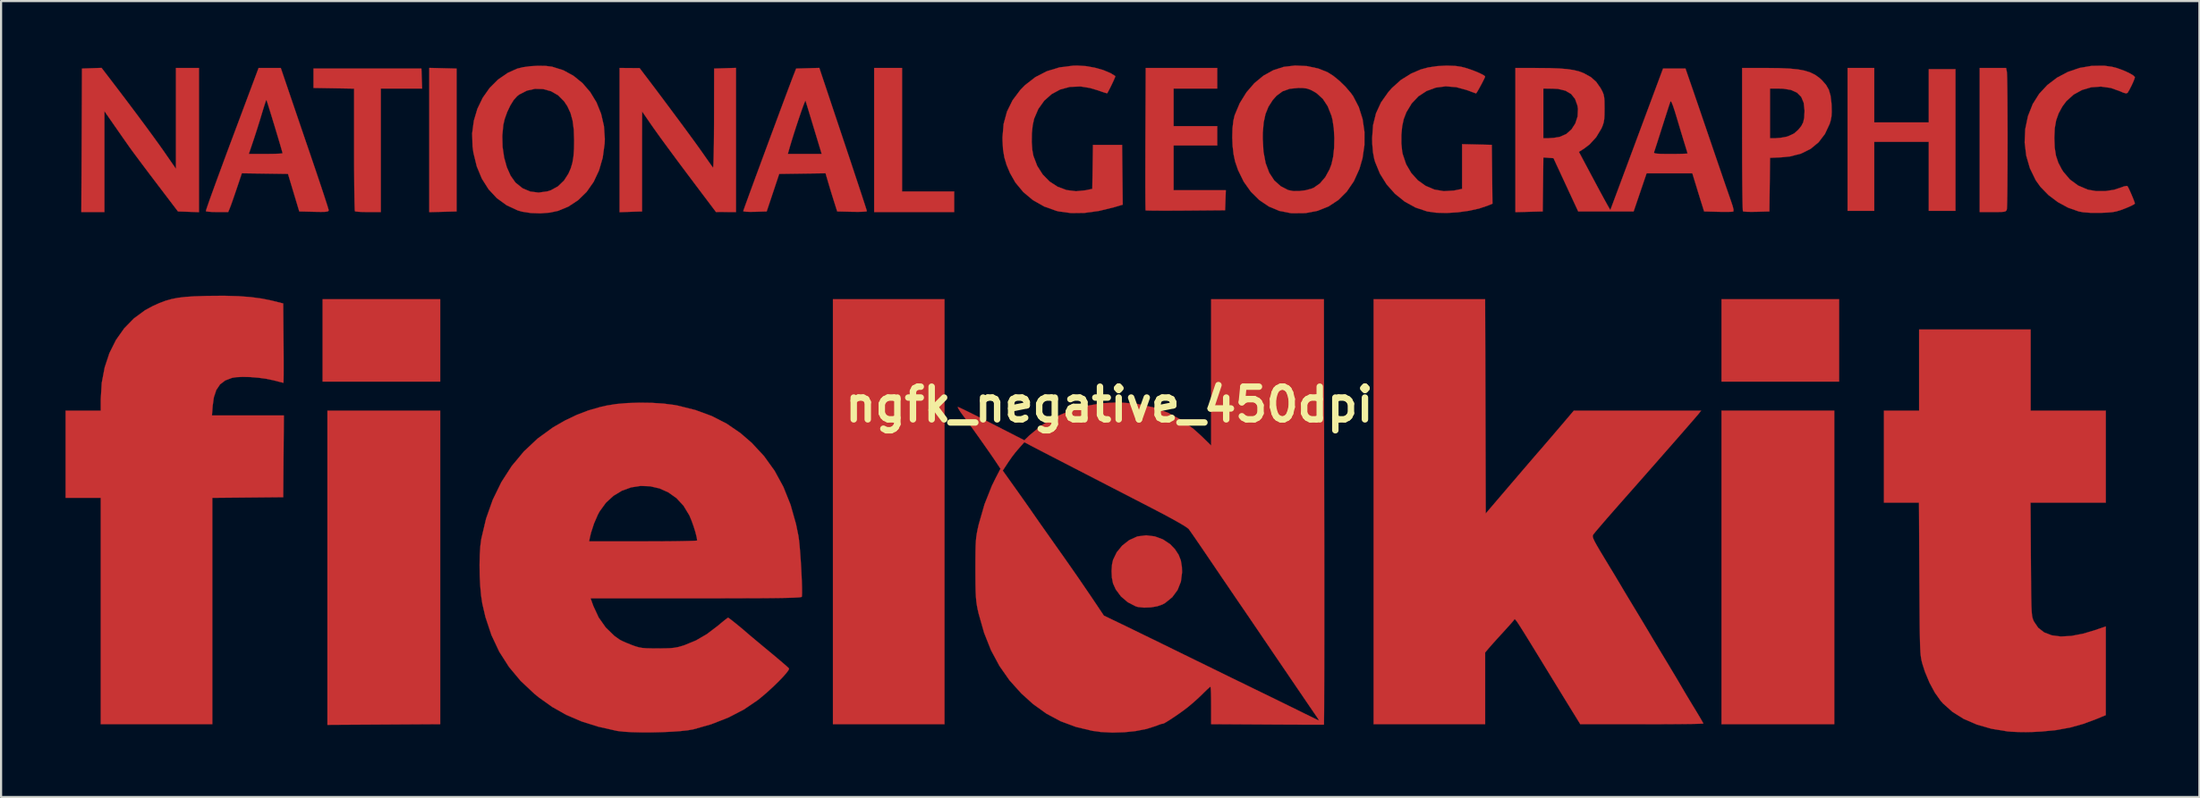
<source format=kicad_pcb>
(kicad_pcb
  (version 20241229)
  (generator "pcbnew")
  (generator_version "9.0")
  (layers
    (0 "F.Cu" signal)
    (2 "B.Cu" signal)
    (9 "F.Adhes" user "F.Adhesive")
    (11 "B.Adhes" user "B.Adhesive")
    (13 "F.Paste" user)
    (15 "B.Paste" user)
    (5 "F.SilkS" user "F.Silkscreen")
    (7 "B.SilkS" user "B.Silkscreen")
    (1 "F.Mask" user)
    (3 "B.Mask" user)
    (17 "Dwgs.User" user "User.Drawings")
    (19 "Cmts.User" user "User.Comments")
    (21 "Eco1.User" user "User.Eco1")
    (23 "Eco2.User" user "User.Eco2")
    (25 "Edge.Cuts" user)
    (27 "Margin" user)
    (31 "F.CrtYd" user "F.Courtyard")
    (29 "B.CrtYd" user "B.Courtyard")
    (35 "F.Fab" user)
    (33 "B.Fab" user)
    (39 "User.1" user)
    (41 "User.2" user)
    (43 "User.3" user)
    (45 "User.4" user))
  (footprint "ngfk_negative_450dpi"
    (layer "F.Cu")
    (at 48.604 15.81)
    (property "Reference" "ngfk_negative_450dpi" (at 0 0 0) (layer "F.SilkS") (effects (font (size 1.524 1.524) (thickness 0.3))))
    (attr through_hole)
    (fp_poly (pts (xy -31.157 -1.072) (xy -36.632 -1.072) (xy -36.632 -4.911) (xy -31.157 -4.911) (xy -31.157 -1.072)) (stroke (width 0.01) (type solid)) (fill yes) (layer "F.Cu"))
    (fp_poly (pts (xy -7.676 14.901) (xy -12.869 14.901) (xy -12.869 -4.911) (xy -7.676 -4.911) (xy -7.676 14.901)) (stroke (width 0.01) (type solid)) (fill yes) (layer "F.Cu"))
    (fp_poly (pts (xy 33.754 14.901) (xy 28.504 14.901) (xy 28.504 0.282) (xy 33.754 0.282) (xy 33.754 14.901)) (stroke (width 0.01) (type solid)) (fill yes) (layer "F.Cu"))
    (fp_poly (pts (xy 33.98 -1.072) (xy 28.504 -1.072) (xy 28.504 -4.911) (xy 33.98 -4.911) (xy 33.98 -1.072)) (stroke (width 0.01) (type solid)) (fill yes) (layer "F.Cu"))
    (fp_poly (pts (xy -31.157 14.899) (xy -36.407 14.93) (xy -36.407 7.606) (xy -36.407 0.282) (xy -31.157 0.282) (xy -31.157 14.899)) (stroke (width 0.01) (type solid)) (fill yes) (layer "F.Cu"))
    (fp_poly (pts (xy -31.03 -15.679) (xy -30.395 -15.663) (xy -30.395 -9.003) (xy -31.03 -8.987) (xy -31.665 -8.971) (xy -31.665 -15.695) (xy -31.03 -15.679)) (stroke (width 0.01) (type solid)) (fill yes) (layer "F.Cu"))
    (fp_poly (pts (xy -9.652 -9.934) (xy -7.225 -9.934) (xy -7.225 -8.975) (xy -10.95 -8.975) (xy -10.95 -15.692) (xy -9.652 -15.692) (xy -9.652 -9.934)) (stroke (width 0.01) (type solid)) (fill yes) (layer "F.Cu"))
    (fp_poly (pts (xy 35.616 -13.152) (xy 38.156 -13.152) (xy 38.156 -15.635) (xy 39.398 -15.635) (xy 39.398 -9.031) (xy 38.156 -9.031) (xy 38.156 -12.248) (xy 35.616 -12.248) (xy 35.616 -9.031) (xy 34.375 -9.031) (xy 34.375 -15.692) (xy 35.616 -15.692) (xy 35.616 -13.152)) (stroke (width 0.01) (type solid)) (fill yes) (layer "F.Cu"))
    (fp_poly (pts (xy -32.016 -15.198) (xy -31.999 -14.732) (xy -33.923 -14.732) (xy -33.923 -8.975) (xy -34.506 -8.975) (xy -34.753 -8.978) (xy -34.955 -8.987) (xy -35.089 -9.001) (xy -35.127 -9.012) (xy -35.135 -9.074) (xy -35.141 -9.239) (xy -35.148 -9.494) (xy -35.153 -9.83) (xy -35.158 -10.235) (xy -35.161 -10.699) (xy -35.164 -11.211) (xy -35.165 -11.76) (xy -35.165 -11.89) (xy -35.165 -14.729) (xy -36.11 -14.745) (xy -37.056 -14.76) (xy -37.056 -15.663) (xy -32.032 -15.663) (xy -32.016 -15.198)) (stroke (width 0.01) (type solid)) (fill yes) (layer "F.Cu"))
    (fp_poly (pts (xy 41.79 -15.515) (xy 41.797 -15.423) (xy 41.804 -15.232) (xy 41.809 -14.954) (xy 41.814 -14.603) (xy 41.818 -14.191) (xy 41.82 -13.731) (xy 41.822 -13.236) (xy 41.824 -12.718) (xy 41.824 -12.19) (xy 41.823 -11.665) (xy 41.822 -11.156) (xy 41.819 -10.675) (xy 41.816 -10.235) (xy 41.812 -9.849) (xy 41.807 -9.53) (xy 41.801 -9.29) (xy 41.794 -9.142) (xy 41.79 -9.102) (xy 41.769 -9.046) (xy 41.729 -9.009) (xy 41.648 -8.988) (xy 41.506 -8.978) (xy 41.281 -8.975) (xy 41.141 -8.975) (xy 40.527 -8.975) (xy 40.527 -15.692) (xy 41.755 -15.692) (xy 41.79 -15.515)) (stroke (width 0.01) (type solid)) (fill yes) (layer "F.Cu"))
    (fp_poly (pts (xy 5.024 -14.732) (xy 2.992 -14.732) (xy 2.992 -12.982) (xy 5.024 -12.982) (xy 5.024 -12.079) (xy 2.992 -12.079) (xy 2.992 -9.991) (xy 5.423 -9.991) (xy 5.407 -9.525) (xy 5.39 -9.059) (xy 3.552 -9.044) (xy 3.108 -9.042) (xy 2.701 -9.04) (xy 2.345 -9.041) (xy 2.053 -9.042) (xy 1.838 -9.046) (xy 1.714 -9.05) (xy 1.689 -9.054) (xy 1.685 -9.113) (xy 1.682 -9.275) (xy 1.679 -9.53) (xy 1.677 -9.869) (xy 1.676 -10.28) (xy 1.676 -10.754) (xy 1.677 -11.281) (xy 1.678 -11.852) (xy 1.68 -12.385) (xy 1.695 -15.692) (xy 5.024 -15.692) (xy 5.024 -14.732)) (stroke (width 0.01) (type solid)) (fill yes) (layer "F.Cu"))
    (fp_poly (pts (xy 2.114 6.145) (xy 2.494 6.285) (xy 2.83 6.507) (xy 3.055 6.742) (xy 3.225 7.002) (xy 3.329 7.266) (xy 3.378 7.571) (xy 3.386 7.824) (xy 3.332 8.253) (xy 3.178 8.642) (xy 2.931 8.978) (xy 2.602 9.246) (xy 2.475 9.318) (xy 2.232 9.403) (xy 1.932 9.454) (xy 1.62 9.466) (xy 1.342 9.438) (xy 1.225 9.405) (xy 0.858 9.214) (xy 0.541 8.944) (xy 0.298 8.616) (xy 0.172 8.336) (xy 0.12 8.076) (xy 0.104 7.765) (xy 0.125 7.458) (xy 0.172 7.243) (xy 0.343 6.889) (xy 0.6 6.574) (xy 0.92 6.323) (xy 1.278 6.159) (xy 1.323 6.145) (xy 1.715 6.095) (xy 2.114 6.145)) (stroke (width 0.01) (type solid)) (fill yes) (layer "F.Cu"))
    (fp_poly (pts (xy -46.567 -15.228) (xy -46.127 -14.651) (xy -45.696 -14.082) (xy -45.284 -13.532) (xy -44.901 -13.016) (xy -44.556 -12.546) (xy -44.26 -12.137) (xy -44.021 -11.8) (xy -43.985 -11.747) (xy -43.462 -10.991) (xy -43.462 -15.692) (xy -42.39 -15.692) (xy -42.39 -8.97) (xy -42.878 -8.987) (xy -43.367 -9.003) (xy -44.374 -10.329) (xy -44.645 -10.687) (xy -44.907 -11.034) (xy -45.148 -11.356) (xy -45.356 -11.636) (xy -45.521 -11.859) (xy -45.63 -12.01) (xy -45.639 -12.023) (xy -45.772 -12.213) (xy -45.948 -12.464) (xy -46.143 -12.744) (xy -46.335 -13.021) (xy -46.344 -13.034) (xy -46.792 -13.678) (xy -46.792 -8.975) (xy -47.866 -8.975) (xy -47.851 -12.319) (xy -47.837 -15.663) (xy -47.381 -15.68) (xy -46.926 -15.696) (xy -46.567 -15.228)) (stroke (width 0.01) (type solid)) (fill yes) (layer "F.Cu"))
    (fp_poly (pts (xy -17.385 -8.975) (xy -17.851 -8.977) (xy -18.316 -8.978) (xy -19.091 -10.007) (xy -19.65 -10.751) (xy -20.142 -11.41) (xy -20.566 -11.985) (xy -20.922 -12.472) (xy -21.209 -12.873) (xy -21.415 -13.17) (xy -21.553 -13.371) (xy -21.663 -13.532) (xy -21.735 -13.634) (xy -21.754 -13.66) (xy -21.755 -13.605) (xy -21.756 -13.449) (xy -21.757 -13.205) (xy -21.758 -12.882) (xy -21.759 -12.494) (xy -21.759 -12.051) (xy -21.759 -11.566) (xy -21.759 -11.331) (xy -21.759 -9.003) (xy -22.281 -8.987) (xy -22.804 -8.97) (xy -22.804 -15.692) (xy -22.338 -15.688) (xy -21.872 -15.685) (xy -21.671 -15.42) (xy -21.319 -14.956) (xy -20.957 -14.474) (xy -20.594 -13.989) (xy -20.241 -13.514) (xy -19.906 -13.063) (xy -19.601 -12.648) (xy -19.335 -12.284) (xy -19.118 -11.983) (xy -18.966 -11.769) (xy -18.796 -11.525) (xy -18.647 -11.313) (xy -18.532 -11.151) (xy -18.464 -11.057) (xy -18.452 -11.042) (xy -18.443 -11.086) (xy -18.434 -11.231) (xy -18.426 -11.466) (xy -18.419 -11.78) (xy -18.413 -12.161) (xy -18.409 -12.598) (xy -18.406 -13.079) (xy -18.405 -13.328) (xy -18.401 -15.663) (xy -17.385 -15.696) (xy -17.385 -8.975)) (stroke (width 0.01) (type solid)) (fill yes) (layer "F.Cu"))
    (fp_poly (pts (xy -40.56 -5.054) (xy -39.977 -5.01) (xy -39.457 -4.94) (xy -38.984 -4.843) (xy -38.954 -4.835) (xy -38.467 -4.713) (xy -38.452 -2.865) (xy -38.449 -2.421) (xy -38.447 -2.015) (xy -38.447 -1.661) (xy -38.448 -1.371) (xy -38.451 -1.16) (xy -38.454 -1.039) (xy -38.457 -1.016) (xy -38.517 -1.029) (xy -38.659 -1.064) (xy -38.856 -1.115) (xy -38.924 -1.132) (xy -39.251 -1.201) (xy -39.621 -1.251) (xy -40.001 -1.282) (xy -40.359 -1.29) (xy -40.664 -1.275) (xy -40.846 -1.246) (xy -41.164 -1.126) (xy -41.408 -0.94) (xy -41.583 -0.679) (xy -41.697 -0.334) (xy -41.751 0.054) (xy -41.786 0.508) (xy -38.437 0.508) (xy -38.467 4.318) (xy -40.118 4.333) (xy -41.769 4.348) (xy -41.769 14.901) (xy -46.962 14.901) (xy -46.962 4.346) (xy -48.599 4.346) (xy -48.599 0.282) (xy -46.962 0.282) (xy -46.962 -0.247) (xy -46.916 -1.013) (xy -46.779 -1.734) (xy -46.558 -2.402) (xy -46.254 -3.01) (xy -45.873 -3.55) (xy -45.419 -4.016) (xy -44.895 -4.401) (xy -44.531 -4.597) (xy -44.228 -4.733) (xy -43.947 -4.839) (xy -43.664 -4.919) (xy -43.36 -4.978) (xy -43.012 -5.019) (xy -42.599 -5.046) (xy -42.099 -5.063) (xy -41.979 -5.066) (xy -41.222 -5.072) (xy -40.56 -5.054)) (stroke (width 0.01) (type solid)) (fill yes) (layer "F.Cu"))
    (fp_poly (pts (xy 30.635 -15.691) (xy 31.205 -15.684) (xy 31.677 -15.663) (xy 32.065 -15.624) (xy 32.383 -15.564) (xy 32.646 -15.48) (xy 32.869 -15.368) (xy 33.065 -15.227) (xy 33.18 -15.121) (xy 33.372 -14.902) (xy 33.502 -14.673) (xy 33.581 -14.403) (xy 33.623 -14.062) (xy 33.629 -13.942) (xy 33.636 -13.649) (xy 33.624 -13.429) (xy 33.588 -13.241) (xy 33.54 -13.086) (xy 33.32 -12.615) (xy 33.023 -12.226) (xy 32.652 -11.92) (xy 32.209 -11.7) (xy 31.697 -11.567) (xy 31.314 -11.528) (xy 30.764 -11.502) (xy 30.749 -10.252) (xy 30.734 -9.003) (xy 30.138 -8.987) (xy 29.889 -8.984) (xy 29.684 -8.988) (xy 29.546 -8.999) (xy 29.503 -9.011) (xy 29.496 -9.073) (xy 29.49 -9.238) (xy 29.483 -9.495) (xy 29.478 -9.836) (xy 29.473 -10.25) (xy 29.469 -10.726) (xy 29.466 -11.255) (xy 29.465 -11.827) (xy 29.464 -12.371) (xy 29.464 -14.732) (xy 30.762 -14.732) (xy 30.762 -12.418) (xy 31.034 -12.418) (xy 31.26 -12.436) (xy 31.506 -12.48) (xy 31.592 -12.503) (xy 31.884 -12.638) (xy 32.081 -12.812) (xy 32.222 -12.988) (xy 32.309 -13.16) (xy 32.355 -13.365) (xy 32.37 -13.638) (xy 32.371 -13.716) (xy 32.332 -14.068) (xy 32.217 -14.342) (xy 32.02 -14.541) (xy 31.738 -14.668) (xy 31.369 -14.727) (xy 31.202 -14.732) (xy 30.762 -14.732) (xy 29.464 -14.732) (xy 29.464 -15.692) (xy 30.635 -15.691)) (stroke (width 0.01) (type solid)) (fill yes) (layer "F.Cu"))
    (fp_poly (pts (xy -1.091 -15.778) (xy -0.679 -15.705) (xy -0.288 -15.595) (xy 0.05 -15.454) (xy 0.279 -15.313) (xy 0.265 -15.26) (xy 0.212 -15.133) (xy 0.132 -14.961) (xy 0.039 -14.77) (xy -0.056 -14.587) (xy -0.097 -14.513) (xy -0.151 -14.521) (xy -0.285 -14.562) (xy -0.471 -14.627) (xy -0.52 -14.645) (xy -0.91 -14.76) (xy -1.31 -14.825) (xy -1.355 -14.828) (xy -1.84 -14.809) (xy -2.289 -14.688) (xy -2.689 -14.471) (xy -3.032 -14.167) (xy -3.307 -13.781) (xy -3.504 -13.322) (xy -3.504 -13.32) (xy -3.571 -13.01) (xy -3.608 -12.636) (xy -3.614 -12.242) (xy -3.588 -11.872) (xy -3.537 -11.596) (xy -3.359 -11.128) (xy -3.104 -10.727) (xy -2.784 -10.4) (xy -2.411 -10.156) (xy -1.996 -10.001) (xy -1.551 -9.945) (xy -1.115 -9.988) (xy -0.793 -10.055) (xy -0.762 -12.107) (xy 0.593 -12.107) (xy 0.623 -9.319) (xy 0.224 -9.2) (xy -0.483 -9.027) (xy -1.156 -8.935) (xy -1.782 -8.927) (xy -2.35 -9.003) (xy -2.463 -9.03) (xy -3.037 -9.235) (xy -3.555 -9.529) (xy -4.004 -9.904) (xy -4.375 -10.352) (xy -4.624 -10.79) (xy -4.784 -11.17) (xy -4.889 -11.524) (xy -4.95 -11.893) (xy -4.973 -12.318) (xy -4.974 -12.466) (xy -4.922 -13.083) (xy -4.766 -13.657) (xy -4.506 -14.186) (xy -4.143 -14.669) (xy -3.925 -14.891) (xy -3.446 -15.264) (xy -2.909 -15.54) (xy -2.318 -15.719) (xy -1.679 -15.799) (xy -1.492 -15.803) (xy -1.091 -15.778)) (stroke (width 0.01) (type solid)) (fill yes) (layer "F.Cu"))
    (fp_poly (pts (xy 42.898 0.282) (xy 46.397 0.282) (xy 46.397 4.572) (xy 42.892 4.572) (xy 42.909 7.211) (xy 42.913 7.825) (xy 42.917 8.337) (xy 42.921 8.757) (xy 42.927 9.096) (xy 42.933 9.363) (xy 42.942 9.571) (xy 42.953 9.729) (xy 42.967 9.847) (xy 42.985 9.936) (xy 43.006 10.008) (xy 43.033 10.071) (xy 43.053 10.115) (xy 43.252 10.408) (xy 43.529 10.622) (xy 43.881 10.757) (xy 44.303 10.812) (xy 44.792 10.786) (xy 45.344 10.68) (xy 45.847 10.531) (xy 46.397 10.344) (xy 46.397 12.411) (xy 46.396 14.478) (xy 45.959 14.659) (xy 45.349 14.886) (xy 44.742 15.055) (xy 44.108 15.171) (xy 43.415 15.241) (xy 43.011 15.262) (xy 42.681 15.269) (xy 42.336 15.265) (xy 42.021 15.252) (xy 41.825 15.236) (xy 41.075 15.113) (xy 40.392 14.917) (xy 39.783 14.654) (xy 39.256 14.324) (xy 38.817 13.932) (xy 38.709 13.809) (xy 38.438 13.427) (xy 38.189 12.966) (xy 37.978 12.459) (xy 37.865 12.107) (xy 37.839 12.013) (xy 37.817 11.921) (xy 37.798 11.823) (xy 37.782 11.709) (xy 37.769 11.569) (xy 37.759 11.395) (xy 37.75 11.177) (xy 37.743 10.906) (xy 37.737 10.573) (xy 37.732 10.168) (xy 37.728 9.681) (xy 37.724 9.105) (xy 37.72 8.428) (xy 37.718 8.114) (xy 37.699 4.572) (xy 36.068 4.572) (xy 36.068 0.282) (xy 37.705 0.282) (xy 37.705 -3.5) (xy 42.898 -3.5) (xy 42.898 0.282)) (stroke (width 0.01) (type solid)) (fill yes) (layer "F.Cu"))
    (fp_poly (pts (xy -12.397 -12.377) (xy -12.201 -11.791) (xy -12.016 -11.236) (xy -11.846 -10.722) (xy -11.692 -10.258) (xy -11.559 -9.854) (xy -11.449 -9.519) (xy -11.365 -9.261) (xy -11.311 -9.091) (xy -11.289 -9.017) (xy -11.289 -9.015) (xy -11.342 -9) (xy -11.486 -8.989) (xy -11.699 -8.984) (xy -11.961 -8.987) (xy -11.98 -8.987) (xy -12.671 -9.003) (xy -12.823 -9.483) (xy -12.912 -9.768) (xy -13.006 -10.076) (xy -13.086 -10.345) (xy -13.094 -10.373) (xy -13.214 -10.783) (xy -14.293 -10.768) (xy -15.372 -10.753) (xy -15.955 -9.003) (xy -16.5 -8.987) (xy -16.733 -8.984) (xy -16.916 -8.991) (xy -17.026 -9.006) (xy -17.046 -9.018) (xy -17.027 -9.076) (xy -16.973 -9.229) (xy -16.887 -9.465) (xy -16.775 -9.774) (xy -16.64 -10.143) (xy -16.486 -10.563) (xy -16.317 -11.021) (xy -16.138 -11.506) (xy -16.072 -11.684) (xy -14.97 -11.684) (xy -13.394 -11.684) (xy -13.756 -12.883) (xy -13.863 -13.237) (xy -13.96 -13.557) (xy -14.042 -13.826) (xy -14.104 -14.028) (xy -14.141 -14.147) (xy -14.147 -14.168) (xy -14.17 -14.136) (xy -14.22 -14.014) (xy -14.292 -13.818) (xy -14.381 -13.564) (xy -14.48 -13.271) (xy -14.585 -12.954) (xy -14.689 -12.631) (xy -14.786 -12.318) (xy -14.872 -12.033) (xy -14.935 -11.811) (xy -14.97 -11.684) (xy -16.072 -11.684) (xy -15.953 -12.008) (xy -15.765 -12.515) (xy -15.579 -13.016) (xy -15.4 -13.5) (xy -15.231 -13.955) (xy -15.076 -14.37) (xy -14.939 -14.735) (xy -14.825 -15.038) (xy -14.738 -15.268) (xy -14.683 -15.409) (xy -14.583 -15.663) (xy -14.044 -15.679) (xy -13.505 -15.695) (xy -12.397 -12.377)) (stroke (width 0.01) (type solid)) (fill yes) (layer "F.Cu"))
    (fp_poly (pts (xy 16.115 -15.786) (xy 16.382 -15.747) (xy 16.582 -15.696) (xy 16.81 -15.622) (xy 17.04 -15.536) (xy 17.246 -15.448) (xy 17.405 -15.368) (xy 17.49 -15.307) (xy 17.498 -15.291) (xy 17.473 -15.226) (xy 17.41 -15.096) (xy 17.325 -14.932) (xy 17.233 -14.762) (xy 17.15 -14.616) (xy 17.092 -14.524) (xy 17.076 -14.506) (xy 17.019 -14.525) (xy 16.885 -14.573) (xy 16.699 -14.643) (xy 16.672 -14.653) (xy 16.158 -14.796) (xy 15.664 -14.836) (xy 15.199 -14.775) (xy 14.774 -14.62) (xy 14.397 -14.374) (xy 14.08 -14.041) (xy 13.83 -13.627) (xy 13.707 -13.307) (xy 13.635 -12.973) (xy 13.598 -12.579) (xy 13.597 -12.171) (xy 13.635 -11.797) (xy 13.659 -11.678) (xy 13.819 -11.203) (xy 14.059 -10.793) (xy 14.366 -10.454) (xy 14.728 -10.195) (xy 15.136 -10.023) (xy 15.576 -9.948) (xy 16.038 -9.976) (xy 16.102 -9.988) (xy 16.425 -10.055) (xy 16.425 -12.139) (xy 17.117 -12.123) (xy 17.808 -12.107) (xy 17.823 -10.736) (xy 17.838 -9.365) (xy 17.63 -9.278) (xy 17.217 -9.139) (xy 16.738 -9.033) (xy 16.225 -8.963) (xy 15.712 -8.932) (xy 15.232 -8.943) (xy 14.819 -9) (xy 14.799 -9.004) (xy 14.256 -9.185) (xy 13.752 -9.463) (xy 13.3 -9.827) (xy 12.912 -10.264) (xy 12.6 -10.763) (xy 12.375 -11.312) (xy 12.332 -11.463) (xy 12.276 -11.766) (xy 12.244 -12.143) (xy 12.237 -12.419) (xy 12.281 -13.028) (xy 12.417 -13.579) (xy 12.651 -14.087) (xy 12.989 -14.566) (xy 13.157 -14.756) (xy 13.574 -15.131) (xy 14.052 -15.429) (xy 14.493 -15.62) (xy 14.844 -15.715) (xy 15.261 -15.777) (xy 15.699 -15.801) (xy 16.115 -15.786)) (stroke (width 0.01) (type solid)) (fill yes) (layer "F.Cu"))
    (fp_poly (pts (xy -39.096 -15.691) (xy -38.58 -15.691) (xy -38.278 -14.802) (xy -38.194 -14.554) (xy -38.079 -14.216) (xy -37.939 -13.805) (xy -37.78 -13.337) (xy -37.607 -12.829) (xy -37.426 -12.298) (xy -37.242 -11.761) (xy -37.164 -11.53) (xy -36.995 -11.033) (xy -36.838 -10.568) (xy -36.696 -10.144) (xy -36.574 -9.775) (xy -36.475 -9.47) (xy -36.402 -9.242) (xy -36.36 -9.1) (xy -36.35 -9.059) (xy -36.364 -9.022) (xy -36.418 -8.998) (xy -36.53 -8.985) (xy -36.717 -8.982) (xy -36.998 -8.986) (xy -37.035 -8.987) (xy -37.719 -9.003) (xy -38.244 -10.753) (xy -40.393 -10.783) (xy -40.635 -10.062) (xy -40.732 -9.778) (xy -40.822 -9.516) (xy -40.898 -9.304) (xy -40.949 -9.169) (xy -40.953 -9.158) (xy -41.029 -8.975) (xy -41.537 -8.975) (xy -41.764 -8.979) (xy -41.944 -8.991) (xy -42.051 -9.008) (xy -42.068 -9.017) (xy -42.053 -9.076) (xy -42.002 -9.231) (xy -41.917 -9.474) (xy -41.802 -9.796) (xy -41.661 -10.186) (xy -41.496 -10.637) (xy -41.311 -11.139) (xy -41.11 -11.684) (xy -41.11 -11.684) (xy -40.068 -11.684) (xy -39.281 -11.684) (xy -38.998 -11.686) (xy -38.76 -11.692) (xy -38.588 -11.7) (xy -38.501 -11.711) (xy -38.495 -11.715) (xy -38.511 -11.778) (xy -38.554 -11.929) (xy -38.618 -12.15) (xy -38.699 -12.422) (xy -38.79 -12.726) (xy -38.886 -13.044) (xy -38.982 -13.358) (xy -39.07 -13.647) (xy -39.147 -13.894) (xy -39.206 -14.081) (xy -39.241 -14.188) (xy -39.249 -14.206) (xy -39.271 -14.163) (xy -39.317 -14.032) (xy -39.38 -13.833) (xy -39.451 -13.599) (xy -39.551 -13.266) (xy -39.67 -12.886) (xy -39.79 -12.515) (xy -39.851 -12.328) (xy -40.068 -11.684) (xy -41.11 -11.684) (xy -40.895 -12.261) (xy -40.852 -12.375) (xy -39.612 -15.692) (xy -39.096 -15.691)) (stroke (width 0.01) (type solid)) (fill yes) (layer "F.Cu"))
    (fp_poly (pts (xy -26.244 -15.787) (xy -25.951 -15.751) (xy -25.95 -15.751) (xy -25.428 -15.587) (xy -24.953 -15.328) (xy -24.531 -14.985) (xy -24.172 -14.568) (xy -23.88 -14.088) (xy -23.665 -13.556) (xy -23.533 -12.983) (xy -23.492 -12.379) (xy -23.501 -12.164) (xy -23.589 -11.512) (xy -23.762 -10.915) (xy -24.013 -10.381) (xy -24.338 -9.917) (xy -24.732 -9.531) (xy -25.189 -9.229) (xy -25.67 -9.03) (xy -26.056 -8.948) (xy -26.491 -8.914) (xy -26.933 -8.929) (xy -27.34 -8.992) (xy -27.545 -9.05) (xy -28.065 -9.292) (xy -28.52 -9.623) (xy -28.905 -10.038) (xy -29.218 -10.532) (xy -29.453 -11.099) (xy -29.609 -11.734) (xy -29.651 -12.032) (xy -29.665 -12.526) (xy -28.267 -12.526) (xy -28.253 -12.011) (xy -28.18 -11.516) (xy -28.054 -11.061) (xy -27.878 -10.667) (xy -27.658 -10.357) (xy -27.641 -10.339) (xy -27.324 -10.084) (xy -26.965 -9.931) (xy -26.575 -9.882) (xy -26.166 -9.939) (xy -25.999 -9.993) (xy -25.673 -10.173) (xy -25.392 -10.444) (xy -25.186 -10.764) (xy -25.076 -11.016) (xy -25 -11.275) (xy -24.951 -11.57) (xy -24.926 -11.926) (xy -24.92 -12.305) (xy -24.937 -12.815) (xy -24.992 -13.238) (xy -25.09 -13.596) (xy -25.236 -13.909) (xy -25.39 -14.14) (xy -25.665 -14.417) (xy -25.996 -14.607) (xy -26.361 -14.708) (xy -26.741 -14.719) (xy -27.116 -14.637) (xy -27.466 -14.459) (xy -27.574 -14.378) (xy -27.734 -14.2) (xy -27.894 -13.942) (xy -28.039 -13.636) (xy -28.154 -13.314) (xy -28.219 -13.039) (xy -28.267 -12.526) (xy -29.665 -12.526) (xy -29.669 -12.642) (xy -29.591 -13.231) (xy -29.425 -13.789) (xy -29.177 -14.303) (xy -28.853 -14.762) (xy -28.462 -15.153) (xy -28.009 -15.464) (xy -27.573 -15.66) (xy -27.301 -15.727) (xy -26.961 -15.773) (xy -26.594 -15.793) (xy -26.244 -15.787)) (stroke (width 0.01) (type solid)) (fill yes) (layer "F.Cu"))
    (fp_poly (pts (xy 9.199 -15.779) (xy 9.725 -15.667) (xy 10.156 -15.496) (xy 10.423 -15.328) (xy 10.714 -15.091) (xy 10.999 -14.813) (xy 11.246 -14.524) (xy 11.356 -14.37) (xy 11.616 -13.867) (xy 11.792 -13.308) (xy 11.879 -12.711) (xy 11.878 -12.095) (xy 11.787 -11.477) (xy 11.643 -10.981) (xy 11.385 -10.412) (xy 11.057 -9.93) (xy 10.663 -9.537) (xy 10.207 -9.237) (xy 9.694 -9.032) (xy 9.129 -8.925) (xy 8.516 -8.919) (xy 8.438 -8.926) (xy 7.914 -9.029) (xy 7.426 -9.234) (xy 6.983 -9.533) (xy 6.591 -9.921) (xy 6.258 -10.39) (xy 5.993 -10.932) (xy 5.857 -11.328) (xy 5.785 -11.666) (xy 5.74 -12.059) (xy 5.726 -12.418) (xy 7.142 -12.418) (xy 7.176 -11.791) (xy 7.277 -11.256) (xy 7.444 -10.809) (xy 7.678 -10.45) (xy 7.981 -10.178) (xy 8.326 -10) (xy 8.55 -9.955) (xy 8.834 -9.953) (xy 9.135 -9.99) (xy 9.41 -10.063) (xy 9.521 -10.11) (xy 9.806 -10.31) (xy 10.056 -10.603) (xy 10.257 -10.971) (xy 10.344 -11.204) (xy 10.423 -11.555) (xy 10.468 -11.976) (xy 10.477 -12.428) (xy 10.452 -12.873) (xy 10.392 -13.275) (xy 10.342 -13.469) (xy 10.168 -13.907) (xy 9.942 -14.25) (xy 9.659 -14.509) (xy 9.538 -14.585) (xy 9.355 -14.68) (xy 9.197 -14.733) (xy 9.015 -14.756) (xy 8.804 -14.76) (xy 8.401 -14.722) (xy 8.066 -14.603) (xy 7.781 -14.392) (xy 7.605 -14.192) (xy 7.409 -13.886) (xy 7.271 -13.545) (xy 7.185 -13.148) (xy 7.146 -12.676) (xy 7.142 -12.418) (xy 5.726 -12.418) (xy 5.724 -12.474) (xy 5.735 -12.878) (xy 5.776 -13.236) (xy 5.836 -13.49) (xy 6.073 -14.052) (xy 6.382 -14.552) (xy 6.752 -14.982) (xy 7.174 -15.331) (xy 7.637 -15.588) (xy 8.117 -15.742) (xy 8.652 -15.805) (xy 9.199 -15.779)) (stroke (width 0.01) (type solid)) (fill yes) (layer "F.Cu"))
    (fp_poly (pts (xy 46.683 -15.747) (xy 46.888 -15.695) (xy 47.116 -15.616) (xy 47.342 -15.523) (xy 47.539 -15.426) (xy 47.684 -15.337) (xy 47.75 -15.267) (xy 47.752 -15.258) (xy 47.727 -15.17) (xy 47.665 -15.018) (xy 47.582 -14.841) (xy 47.495 -14.672) (xy 47.422 -14.549) (xy 47.406 -14.528) (xy 47.336 -14.506) (xy 47.197 -14.547) (xy 47.089 -14.596) (xy 46.633 -14.76) (xy 46.171 -14.824) (xy 45.718 -14.791) (xy 45.289 -14.665) (xy 44.9 -14.451) (xy 44.566 -14.151) (xy 44.377 -13.898) (xy 44.201 -13.575) (xy 44.085 -13.248) (xy 44.021 -12.884) (xy 44.001 -12.449) (xy 44.001 -12.418) (xy 44.019 -11.973) (xy 44.077 -11.604) (xy 44.185 -11.278) (xy 44.35 -10.962) (xy 44.421 -10.851) (xy 44.728 -10.492) (xy 45.108 -10.212) (xy 45.547 -10.024) (xy 45.576 -10.015) (xy 45.958 -9.95) (xy 46.377 -9.951) (xy 46.785 -10.014) (xy 47.067 -10.106) (xy 47.241 -10.169) (xy 47.366 -10.193) (xy 47.407 -10.182) (xy 47.451 -10.105) (xy 47.52 -9.959) (xy 47.599 -9.779) (xy 47.674 -9.598) (xy 47.73 -9.451) (xy 47.752 -9.371) (xy 47.752 -9.37) (xy 47.703 -9.329) (xy 47.572 -9.261) (xy 47.383 -9.178) (xy 47.286 -9.139) (xy 47.069 -9.058) (xy 46.885 -9.004) (xy 46.699 -8.97) (xy 46.475 -8.951) (xy 46.177 -8.939) (xy 46.143 -8.939) (xy 45.695 -8.939) (xy 45.345 -8.965) (xy 45.139 -9.004) (xy 44.641 -9.179) (xy 44.161 -9.441) (xy 43.723 -9.772) (xy 43.352 -10.154) (xy 43.134 -10.46) (xy 42.865 -11.014) (xy 42.693 -11.606) (xy 42.62 -12.221) (xy 42.647 -12.84) (xy 42.773 -13.445) (xy 42.997 -14.012) (xy 43.295 -14.485) (xy 43.677 -14.897) (xy 44.129 -15.241) (xy 44.636 -15.509) (xy 45.183 -15.695) (xy 45.757 -15.792) (xy 46.341 -15.794) (xy 46.683 -15.747)) (stroke (width 0.01) (type solid)) (fill yes) (layer "F.Cu"))
    (fp_poly (pts (xy 17.512 0.084) (xy 17.526 5.078) (xy 18.694 3.71) (xy 18.984 3.371) (xy 19.254 3.055) (xy 19.495 2.774) (xy 19.696 2.539) (xy 19.849 2.362) (xy 19.942 2.254) (xy 19.964 2.229) (xy 20.043 2.139) (xy 20.183 1.977) (xy 20.374 1.754) (xy 20.604 1.486) (xy 20.862 1.184) (xy 21.137 0.862) (xy 21.329 0.635) (xy 21.629 0.282) (xy 27.554 0.282) (xy 27.451 0.415) (xy 27.385 0.495) (xy 27.25 0.652) (xy 27.054 0.878) (xy 26.803 1.167) (xy 26.502 1.512) (xy 26.159 1.904) (xy 25.78 2.336) (xy 25.372 2.802) (xy 24.94 3.293) (xy 24.492 3.802) (xy 24.034 4.322) (xy 23.77 4.621) (xy 23.479 4.952) (xy 23.21 5.26) (xy 22.972 5.535) (xy 22.776 5.764) (xy 22.631 5.936) (xy 22.547 6.04) (xy 22.532 6.061) (xy 22.512 6.107) (xy 22.511 6.167) (xy 22.537 6.252) (xy 22.594 6.377) (xy 22.691 6.554) (xy 22.832 6.796) (xy 23.025 7.117) (xy 23.09 7.225) (xy 23.283 7.544) (xy 23.462 7.839) (xy 23.615 8.095) (xy 23.734 8.294) (xy 23.808 8.418) (xy 23.82 8.438) (xy 23.879 8.539) (xy 23.985 8.717) (xy 24.129 8.957) (xy 24.298 9.238) (xy 24.482 9.543) (xy 24.497 9.567) (xy 24.682 9.874) (xy 24.853 10.158) (xy 24.998 10.401) (xy 25.108 10.585) (xy 25.171 10.692) (xy 25.174 10.696) (xy 25.233 10.797) (xy 25.339 10.975) (xy 25.483 11.214) (xy 25.652 11.496) (xy 25.836 11.801) (xy 25.851 11.825) (xy 26.048 12.152) (xy 26.241 12.475) (xy 26.418 12.771) (xy 26.563 13.017) (xy 26.658 13.18) (xy 26.78 13.389) (xy 26.94 13.657) (xy 27.116 13.95) (xy 27.272 14.206) (xy 27.415 14.443) (xy 27.535 14.645) (xy 27.619 14.792) (xy 27.657 14.865) (xy 27.658 14.869) (xy 27.603 14.876) (xy 27.446 14.881) (xy 27.198 14.887) (xy 26.868 14.891) (xy 26.468 14.895) (xy 26.008 14.898) (xy 25.498 14.9) (xy 24.951 14.901) (xy 24.793 14.901) (xy 21.929 14.901) (xy 21.538 14.266) (xy 21.351 13.962) (xy 21.133 13.607) (xy 20.911 13.244) (xy 20.716 12.926) (xy 20.343 12.316) (xy 20.024 11.795) (xy 19.756 11.357) (xy 19.533 10.994) (xy 19.352 10.701) (xy 19.207 10.47) (xy 19.095 10.293) (xy 19.011 10.166) (xy 18.95 10.08) (xy 18.908 10.029) (xy 18.881 10.007) (xy 18.864 10.005) (xy 18.852 10.018) (xy 18.841 10.039) (xy 18.831 10.056) (xy 18.77 10.129) (xy 18.649 10.266) (xy 18.486 10.448) (xy 18.297 10.656) (xy 18.281 10.673) (xy 18.08 10.893) (xy 17.893 11.1) (xy 17.742 11.271) (xy 17.646 11.382) (xy 17.646 11.382) (xy 17.498 11.559) (xy 17.498 14.901) (xy 12.305 14.901) (xy 12.305 -4.911) (xy 17.497 -4.911) (xy 17.512 0.084)) (stroke (width 0.01) (type solid)) (fill yes) (layer "F.Cu"))
    (fp_poly (pts (xy 19.967 -15.69) (xy 20.509 -15.685) (xy 20.954 -15.668) (xy 21.318 -15.639) (xy 21.616 -15.594) (xy 21.863 -15.534) (xy 22.075 -15.455) (xy 22.096 -15.445) (xy 22.422 -15.264) (xy 22.668 -15.046) (xy 22.869 -14.76) (xy 22.891 -14.723) (xy 22.965 -14.581) (xy 23.013 -14.458) (xy 23.041 -14.322) (xy 23.054 -14.142) (xy 23.057 -13.889) (xy 23.058 -13.801) (xy 23.055 -13.513) (xy 23.043 -13.305) (xy 23.016 -13.146) (xy 22.97 -13.003) (xy 22.909 -12.863) (xy 22.669 -12.465) (xy 22.358 -12.125) (xy 22.103 -11.932) (xy 21.864 -11.78) (xy 22.452 -10.674) (xy 22.633 -10.335) (xy 22.805 -10.014) (xy 22.958 -9.73) (xy 23.082 -9.502) (xy 23.167 -9.349) (xy 23.184 -9.318) (xy 23.328 -9.068) (xy 23.442 -9.374) (xy 23.483 -9.484) (xy 23.559 -9.688) (xy 23.667 -9.977) (xy 23.802 -10.34) (xy 23.96 -10.765) (xy 24.138 -11.243) (xy 24.321 -11.736) (xy 25.364 -11.736) (xy 25.403 -11.712) (xy 25.498 -11.697) (xy 25.664 -11.688) (xy 25.917 -11.684) (xy 26.128 -11.684) (xy 26.413 -11.685) (xy 26.653 -11.689) (xy 26.827 -11.695) (xy 26.917 -11.702) (xy 26.924 -11.705) (xy 26.908 -11.765) (xy 26.867 -11.902) (xy 26.819 -12.058) (xy 26.767 -12.226) (xy 26.691 -12.476) (xy 26.599 -12.78) (xy 26.5 -13.112) (xy 26.44 -13.313) (xy 26.33 -13.675) (xy 26.245 -13.931) (xy 26.182 -14.086) (xy 26.141 -14.144) (xy 26.126 -14.132) (xy 26.097 -14.047) (xy 26.039 -13.873) (xy 25.96 -13.628) (xy 25.865 -13.33) (xy 25.759 -12.997) (xy 25.741 -12.942) (xy 25.635 -12.607) (xy 25.539 -12.305) (xy 25.458 -12.054) (xy 25.399 -11.872) (xy 25.367 -11.777) (xy 25.365 -11.771) (xy 25.364 -11.736) (xy 24.321 -11.736) (xy 24.331 -11.761) (xy 24.535 -12.311) (xy 24.669 -12.672) (xy 25.782 -15.663) (xy 26.827 -15.663) (xy 27.109 -14.845) (xy 27.195 -14.597) (xy 27.31 -14.261) (xy 27.449 -13.856) (xy 27.604 -13.4) (xy 27.771 -12.912) (xy 27.942 -12.41) (xy 28.084 -11.994) (xy 28.247 -11.516) (xy 28.406 -11.052) (xy 28.555 -10.618) (xy 28.688 -10.229) (xy 28.802 -9.901) (xy 28.889 -9.65) (xy 28.944 -9.492) (xy 29.027 -9.242) (xy 29.064 -9.084) (xy 29.057 -9.006) (xy 29.045 -8.997) (xy 28.964 -8.988) (xy 28.796 -8.983) (xy 28.566 -8.983) (xy 28.336 -8.987) (xy 27.695 -9.003) (xy 27.624 -9.229) (xy 27.579 -9.373) (xy 27.51 -9.593) (xy 27.428 -9.86) (xy 27.349 -10.118) (xy 27.146 -10.781) (xy 25.016 -10.781) (xy 24.714 -9.892) (xy 24.412 -9.003) (xy 21.832 -9.003) (xy 21.256 -10.245) (xy 20.681 -11.486) (xy 20.209 -11.521) (xy 20.194 -10.262) (xy 20.179 -9.003) (xy 19.544 -8.987) (xy 18.909 -8.971) (xy 18.909 -12.418) (xy 20.207 -12.418) (xy 20.464 -12.418) (xy 20.691 -12.433) (xy 20.93 -12.471) (xy 20.979 -12.483) (xy 21.275 -12.612) (xy 21.519 -12.827) (xy 21.698 -13.106) (xy 21.803 -13.43) (xy 21.82 -13.779) (xy 21.797 -13.937) (xy 21.687 -14.246) (xy 21.502 -14.477) (xy 21.238 -14.633) (xy 20.89 -14.715) (xy 20.616 -14.731) (xy 20.207 -14.732) (xy 20.207 -12.418) (xy 18.909 -12.418) (xy 18.909 -15.692) (xy 19.967 -15.69)) (stroke (width 0.01) (type solid)) (fill yes) (layer "F.Cu"))
    (fp_poly (pts (xy -21.307 -0.08) (xy -20.756 -0.045) (xy -20.263 0.018) (xy -20.119 0.044) (xy -19.276 0.254) (xy -18.513 0.534) (xy -17.817 0.891) (xy -17.174 1.332) (xy -16.653 1.783) (xy -16.078 2.403) (xy -15.587 3.086) (xy -15.177 3.839) (xy -14.846 4.665) (xy -14.59 5.57) (xy -14.477 6.124) (xy -14.451 6.31) (xy -14.424 6.568) (xy -14.398 6.881) (xy -14.373 7.228) (xy -14.351 7.589) (xy -14.332 7.945) (xy -14.318 8.277) (xy -14.31 8.565) (xy -14.309 8.788) (xy -14.316 8.929) (xy -14.322 8.961) (xy -14.348 8.973) (xy -14.421 8.985) (xy -14.547 8.994) (xy -14.73 9.003) (xy -14.978 9.01) (xy -15.295 9.016) (xy -15.689 9.021) (xy -16.164 9.025) (xy -16.727 9.027) (xy -17.384 9.029) (xy -18.14 9.031) (xy -19.002 9.031) (xy -19.253 9.031) (xy -24.156 9.031) (xy -24.024 9.397) (xy -23.777 9.928) (xy -23.448 10.394) (xy -23.048 10.783) (xy -22.803 10.958) (xy -22.682 11.022) (xy -22.492 11.106) (xy -22.272 11.195) (xy -22.238 11.208) (xy -22.059 11.273) (xy -21.904 11.317) (xy -21.745 11.345) (xy -21.554 11.36) (xy -21.301 11.366) (xy -21.026 11.367) (xy -20.693 11.365) (xy -20.444 11.356) (xy -20.247 11.336) (xy -20.072 11.303) (xy -19.89 11.251) (xy -19.784 11.217) (xy -19.251 10.998) (xy -18.741 10.702) (xy -18.228 10.312) (xy -18.198 10.287) (xy -18.017 10.136) (xy -17.869 10.017) (xy -17.775 9.947) (xy -17.752 9.934) (xy -17.699 9.968) (xy -17.581 10.057) (xy -17.419 10.186) (xy -17.236 10.335) (xy -17.051 10.489) (xy -16.887 10.63) (xy -16.849 10.664) (xy -16.772 10.73) (xy -16.623 10.855) (xy -16.418 11.027) (xy -16.17 11.234) (xy -15.895 11.462) (xy -15.833 11.514) (xy -15.561 11.74) (xy -15.321 11.943) (xy -15.125 12.111) (xy -14.986 12.234) (xy -14.918 12.299) (xy -14.913 12.305) (xy -14.938 12.379) (xy -15.036 12.512) (xy -15.193 12.691) (xy -15.395 12.901) (xy -15.629 13.13) (xy -15.881 13.363) (xy -16.137 13.586) (xy -16.369 13.775) (xy -17.01 14.211) (xy -17.738 14.589) (xy -18.539 14.903) (xy -19.36 15.137) (xy -19.624 15.184) (xy -19.977 15.222) (xy -20.394 15.251) (xy -20.85 15.271) (xy -21.323 15.282) (xy -21.787 15.282) (xy -22.218 15.272) (xy -22.593 15.251) (xy -22.887 15.218) (xy -22.939 15.209) (xy -23.8 15.015) (xy -24.575 14.771) (xy -25.282 14.468) (xy -25.939 14.097) (xy -26.565 13.651) (xy -26.775 13.48) (xy -27.413 12.879) (xy -27.955 12.229) (xy -28.406 11.522) (xy -28.769 10.751) (xy -29.049 9.909) (xy -29.194 9.288) (xy -29.251 8.914) (xy -29.292 8.467) (xy -29.317 7.979) (xy -29.324 7.48) (xy -29.314 7.003) (xy -29.286 6.577) (xy -29.259 6.378) (xy -24.224 6.378) (xy -21.707 6.378) (xy -21.187 6.377) (xy -20.702 6.375) (xy -20.266 6.371) (xy -19.888 6.365) (xy -19.581 6.358) (xy -19.356 6.351) (xy -19.223 6.343) (xy -19.192 6.336) (xy -19.215 6.179) (xy -19.272 5.953) (xy -19.353 5.69) (xy -19.447 5.425) (xy -19.543 5.192) (xy -19.562 5.153) (xy -19.828 4.715) (xy -20.156 4.362) (xy -20.533 4.094) (xy -20.946 3.909) (xy -21.382 3.809) (xy -21.827 3.793) (xy -22.268 3.861) (xy -22.693 4.014) (xy -23.087 4.252) (xy -23.439 4.574) (xy -23.734 4.98) (xy -23.817 5.134) (xy -23.996 5.547) (xy -24.136 5.98) (xy -24.187 6.195) (xy -24.224 6.378) (xy -29.259 6.378) (xy -29.244 6.265) (xy -29.022 5.322) (xy -28.71 4.438) (xy -28.31 3.617) (xy -27.826 2.865) (xy -27.261 2.186) (xy -26.619 1.583) (xy -25.902 1.062) (xy -25.352 0.746) (xy -24.794 0.479) (xy -24.259 0.274) (xy -23.692 0.111) (xy -23.409 0.047) (xy -22.965 -0.025) (xy -22.444 -0.07) (xy -21.88 -0.088) (xy -21.307 -0.08)) (stroke (width 0.01) (type solid)) (fill yes) (layer "F.Cu"))
    (fp_poly (pts (xy 10.004 5.001) (xy 10.006 6.05) (xy 10.007 7.068) (xy 10.008 8.049) (xy 10.008 8.989) (xy 10.008 9.881) (xy 10.008 10.719) (xy 10.007 11.498) (xy 10.006 12.212) (xy 10.005 12.855) (xy 10.003 13.422) (xy 10.002 13.907) (xy 10 14.304) (xy 9.997 14.608) (xy 9.995 14.812) (xy 9.992 14.912) (xy 9.991 14.921) (xy 9.93 14.922) (xy 9.768 14.923) (xy 9.516 14.923) (xy 9.184 14.922) (xy 8.785 14.921) (xy 8.329 14.919) (xy 7.828 14.917) (xy 7.352 14.914) (xy 4.741 14.899) (xy 4.741 14.025) (xy 4.739 13.726) (xy 4.734 13.47) (xy 4.725 13.279) (xy 4.715 13.169) (xy 4.708 13.152) (xy 4.656 13.189) (xy 4.546 13.289) (xy 4.4 13.431) (xy 4.355 13.477) (xy 4.148 13.676) (xy 3.901 13.898) (xy 3.663 14.098) (xy 3.64 14.116) (xy 3.461 14.253) (xy 3.254 14.402) (xy 3.039 14.55) (xy 2.835 14.685) (xy 2.662 14.793) (xy 2.538 14.863) (xy 2.484 14.88) (xy 2.484 14.878) (xy 2.436 14.884) (xy 2.312 14.926) (xy 2.148 14.989) (xy 1.729 15.122) (xy 1.234 15.218) (xy 0.693 15.275) (xy 0.138 15.291) (xy -0.401 15.263) (xy -0.777 15.212) (xy -1.555 15.027) (xy -2.266 14.763) (xy -2.926 14.41) (xy -3.55 13.962) (xy -4.099 13.465) (xy -4.649 12.853) (xy -5.117 12.184) (xy -5.51 11.451) (xy -5.83 10.643) (xy -6.084 9.752) (xy -6.133 9.539) (xy -6.167 9.362) (xy -6.193 9.177) (xy -6.212 8.964) (xy -6.225 8.705) (xy -6.232 8.383) (xy -6.235 7.978) (xy -6.236 7.648) (xy -6.235 7.206) (xy -6.232 6.857) (xy -6.225 6.581) (xy -6.213 6.358) (xy -6.195 6.169) (xy -6.168 5.993) (xy -6.132 5.811) (xy -6.085 5.603) (xy -6.076 5.568) (xy -5.811 4.645) (xy -5.469 3.785) (xy -5.299 3.437) (xy -5.113 3.079) (xy -4.963 3.079) (xy -4.401 3.868) (xy -4.19 4.165) (xy -3.979 4.463) (xy -3.786 4.738) (xy -3.63 4.961) (xy -3.568 5.052) (xy -3.45 5.221) (xy -3.283 5.461) (xy -3.08 5.75) (xy -2.856 6.067) (xy -2.628 6.39) (xy -2.597 6.435) (xy -2.172 7.036) (xy -1.798 7.57) (xy -1.458 8.059) (xy -1.138 8.527) (xy -0.819 8.996) (xy -0.686 9.195) (xy -0.254 9.839) (xy 0.593 10.247) (xy 0.84 10.366) (xy 1.17 10.527) (xy 1.567 10.721) (xy 2.013 10.938) (xy 2.49 11.172) (xy 2.98 11.412) (xy 3.466 11.65) (xy 3.471 11.653) (xy 3.977 11.901) (xy 4.504 12.159) (xy 5.03 12.417) (xy 5.536 12.665) (xy 6.001 12.892) (xy 6.403 13.088) (xy 6.685 13.226) (xy 7.098 13.427) (xy 7.547 13.646) (xy 7.998 13.867) (xy 8.419 14.074) (xy 8.775 14.249) (xy 8.802 14.262) (xy 9.098 14.409) (xy 9.359 14.536) (xy 9.566 14.637) (xy 9.705 14.704) (xy 9.758 14.728) (xy 9.747 14.692) (xy 9.701 14.62) (xy 9.642 14.533) (xy 9.527 14.365) (xy 9.365 14.128) (xy 9.165 13.834) (xy 8.935 13.495) (xy 8.682 13.124) (xy 8.416 12.732) (xy 8.145 12.333) (xy 7.876 11.937) (xy 7.618 11.558) (xy 7.38 11.206) (xy 7.169 10.896) (xy 7.139 10.851) (xy 6.903 10.503) (xy 6.657 10.141) (xy 6.418 9.789) (xy 6.205 9.477) (xy 6.038 9.233) (xy 5.89 9.016) (xy 5.693 8.726) (xy 5.46 8.383) (xy 5.204 8.007) (xy 4.941 7.618) (xy 4.713 7.282) (xy 4.475 6.931) (xy 4.252 6.604) (xy 4.054 6.314) (xy 3.89 6.076) (xy 3.769 5.903) (xy 3.701 5.808) (xy 3.697 5.803) (xy 3.612 5.733) (xy 3.433 5.618) (xy 3.167 5.463) (xy 2.822 5.272) (xy 2.405 5.049) (xy 1.976 4.825) (xy 1.533 4.596) (xy 1.077 4.361) (xy 0.631 4.13) (xy 0.215 3.916) (xy -0.148 3.728) (xy -0.437 3.579) (xy -0.48 3.557) (xy -1.105 3.234) (xy -1.639 2.959) (xy -2.089 2.726) (xy -2.463 2.533) (xy -2.771 2.374) (xy -3.02 2.245) (xy -3.218 2.142) (xy -3.374 2.061) (xy -3.497 1.997) (xy -3.594 1.946) (xy -3.658 1.913) (xy -3.958 1.754) (xy -4.21 2.038) (xy -4.375 2.231) (xy -4.53 2.432) (xy -4.697 2.672) (xy -4.866 2.93) (xy -4.963 3.079) (xy -5.113 3.079) (xy -5.068 2.993) (xy -5.245 2.724) (xy -5.385 2.516) (xy -5.575 2.24) (xy -5.799 1.92) (xy -6.039 1.579) (xy -6.279 1.241) (xy -6.504 0.928) (xy -6.695 0.666) (xy -6.815 0.504) (xy -6.94 0.33) (xy -7.024 0.196) (xy -7.056 0.122) (xy -7.05 0.113) (xy -6.986 0.138) (xy -6.835 0.208) (xy -6.609 0.318) (xy -6.322 0.46) (xy -5.986 0.629) (xy -5.613 0.818) (xy -5.474 0.889) (xy -3.958 1.665) (xy -3.715 1.431) (xy -3.156 0.971) (xy -2.525 0.587) (xy -1.835 0.284) (xy -1.1 0.066) (xy -0.335 -0.064) (xy 0.446 -0.101) (xy 1.23 -0.04) (xy 1.298 -0.03) (xy 2.036 0.128) (xy 2.711 0.372) (xy 3.338 0.709) (xy 3.933 1.147) (xy 4.306 1.486) (xy 4.741 1.911) (xy 4.741 -4.911) (xy 9.99 -4.911) (xy 10.004 5.001)) (stroke (width 0.01) (type solid)) (fill yes) (layer "F.Cu")))
  (gr_rect
    (start -3 -3)
    (end 99.361 34.106)
    (stroke (width 0.1) (type default))
    (fill no)
    (layer "Edge.Cuts")))
</source>
